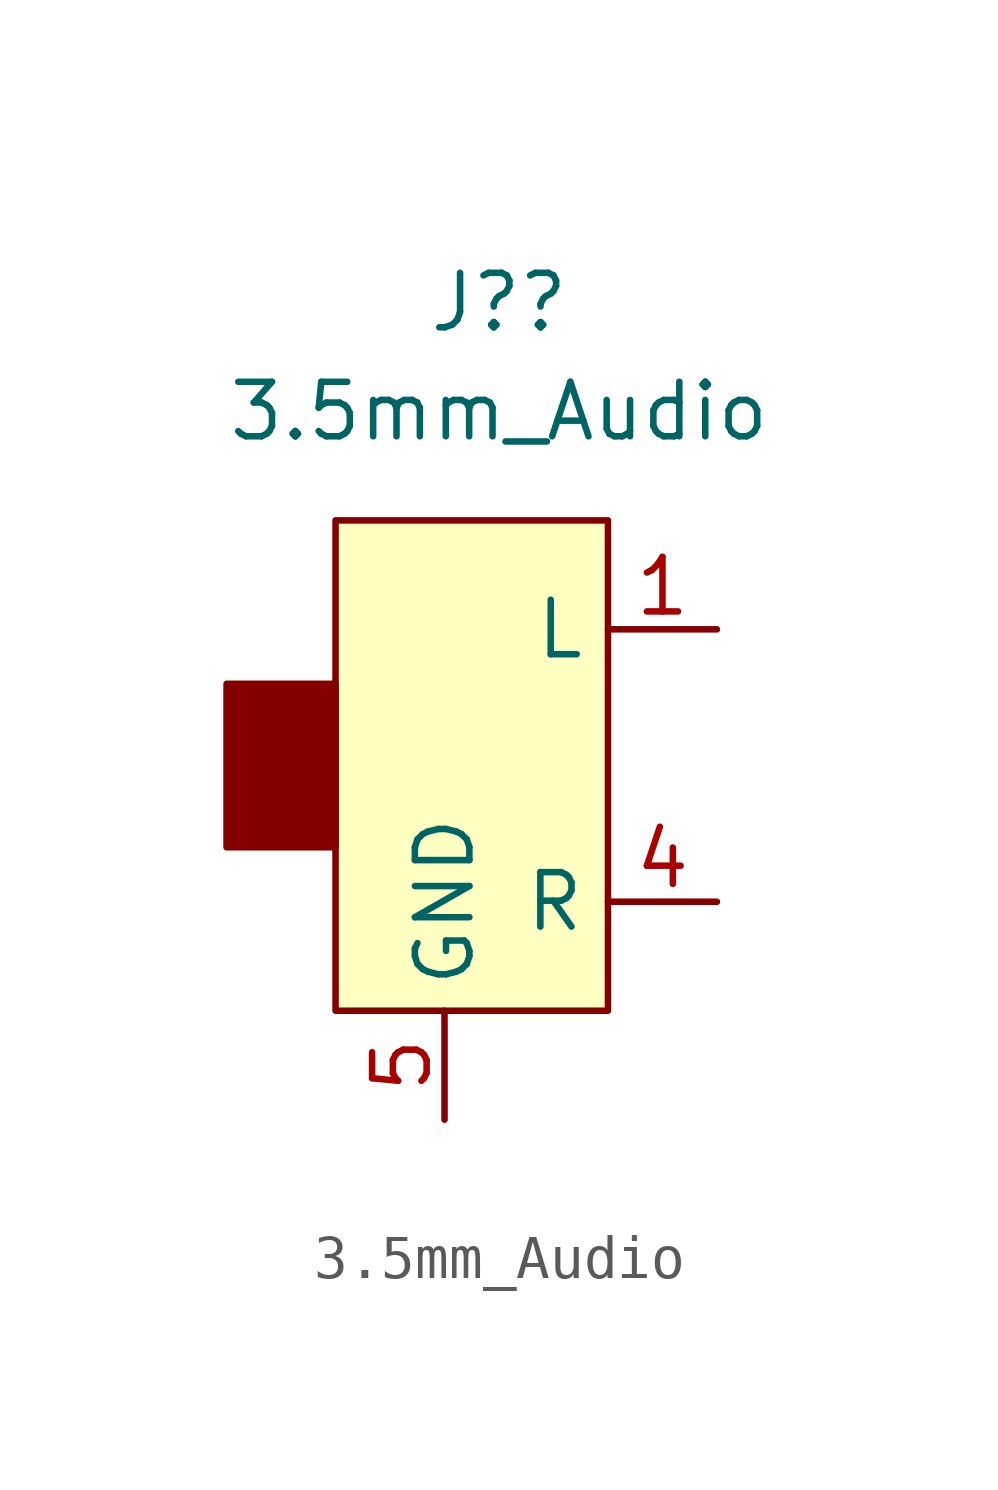
<source format=kicad_sym>
(kicad_symbol_lib
  (version 20211014)
  (generator kicad_symbol_editor)
  (symbol "3.5mm_Audio"
    (property "Reference" "J?"
      (at 0 0 0)
      (effects (font (size 1.27 1.27))))
    (property "Value" "3.5mm_Audio"
      (at 0 -2.54 0)
      (effects (font (size 1.27 1.27))))
    (symbol "3.5mm_Audio_0_1"
      (rectangle (start -3.81 -8.89) (end -6.35 -12.7) (stroke (width 0) (type default) (color 0 0 0 0)) (fill (type outline)))
      (rectangle (start -3.81 -5.08) (end 2.54 -16.51) (stroke (width 0) (type default) (color 0 0 0 0)) (fill (type background))))
    (symbol "3.5mm_Audio_1_1"
      (pin output line (at 5.08 -7.62 180) (length 2.54) (name "L" (effects (font (size 1.27 1.27)))) (number "1" (effects (font (size 1.27 1.27)))))
      (pin output line (at 5.08 -13.97 180) (length 2.54) (name "R" (effects (font (size 1.27 1.27)))) (number "4" (effects (font (size 1.27 1.27)))))
      (pin input line (at -1.27 -19.05 90) (length 2.54) (name "GND" (effects (font (size 1.27 1.27)))) (number "5" (effects (font (size 1.27 1.27))))))))
</source>
